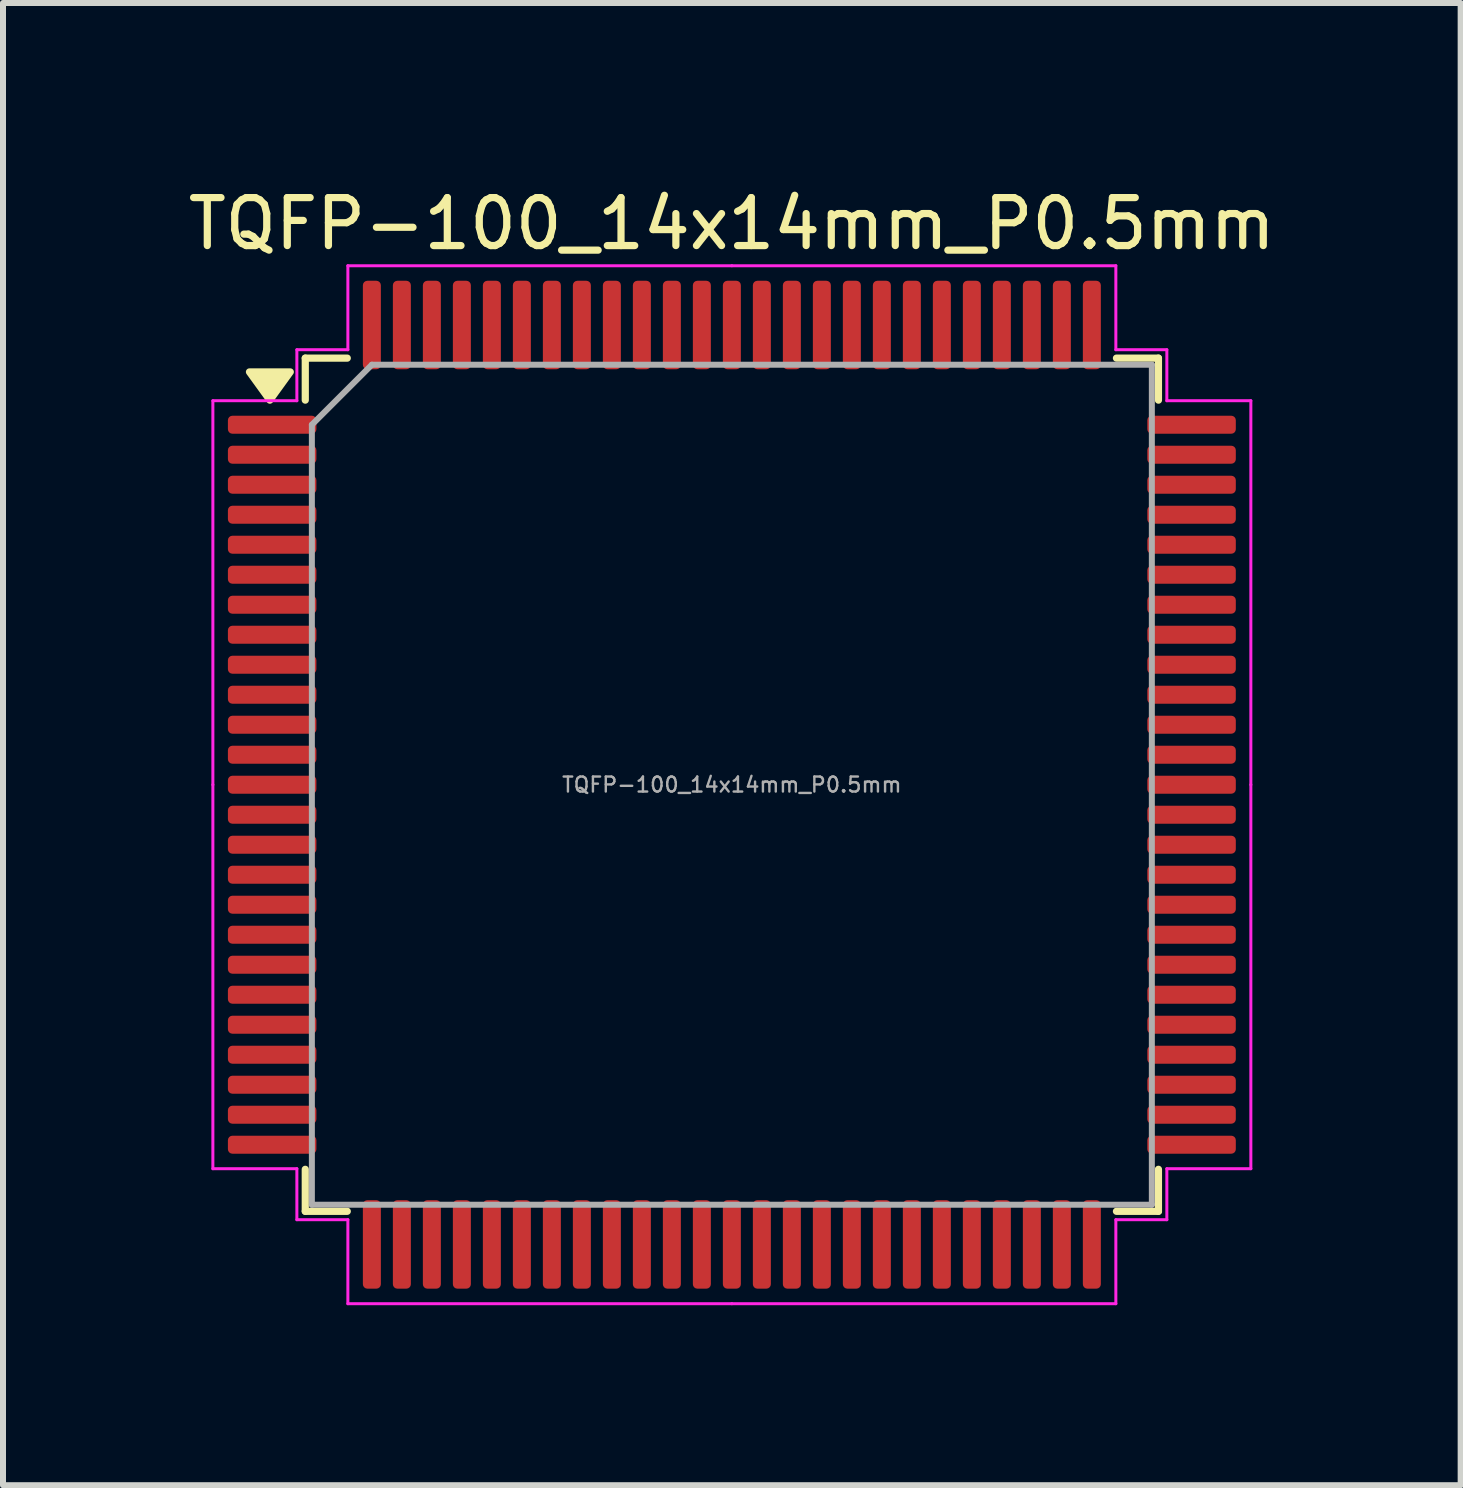
<source format=kicad_pcb>
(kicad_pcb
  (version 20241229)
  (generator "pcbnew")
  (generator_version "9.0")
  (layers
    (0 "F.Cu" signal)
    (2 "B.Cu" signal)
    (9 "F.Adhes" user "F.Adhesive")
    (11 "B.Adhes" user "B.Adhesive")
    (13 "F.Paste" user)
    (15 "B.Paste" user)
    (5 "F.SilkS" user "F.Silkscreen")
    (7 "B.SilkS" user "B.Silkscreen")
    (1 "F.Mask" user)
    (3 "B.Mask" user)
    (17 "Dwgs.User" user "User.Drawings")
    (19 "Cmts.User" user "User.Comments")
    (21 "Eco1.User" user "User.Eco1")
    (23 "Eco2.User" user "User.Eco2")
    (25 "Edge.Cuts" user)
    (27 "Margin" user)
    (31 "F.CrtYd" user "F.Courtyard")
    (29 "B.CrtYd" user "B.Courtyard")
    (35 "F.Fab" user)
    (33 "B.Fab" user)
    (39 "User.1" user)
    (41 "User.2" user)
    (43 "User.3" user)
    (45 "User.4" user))
  (footprint "TQFP-100_14x14mm_P0.5mm"
    (layer "F.Cu")
    (at 9.148 10.029)
    (property "Reference" "TQFP-100_14x14mm_P0.5mm" (at 0 -9.35 0) (layer "F.SilkS") (effects (font (size 0.8 0.8) (thickness 0.12))))
    (attr smd)
    (fp_line (start -7.11 -7.11) (end -7.11 -6.41) (stroke (width 0.12) (type solid)) (layer "F.SilkS"))
    (fp_line (start -7.11 7.11) (end -7.11 6.41) (stroke (width 0.12) (type solid)) (layer "F.SilkS"))
    (fp_line (start -6.41 -7.11) (end -7.11 -7.11) (stroke (width 0.12) (type solid)) (layer "F.SilkS"))
    (fp_line (start -6.41 7.11) (end -7.11 7.11) (stroke (width 0.12) (type solid)) (layer "F.SilkS"))
    (fp_line (start 6.41 -7.11) (end 7.11 -7.11) (stroke (width 0.12) (type solid)) (layer "F.SilkS"))
    (fp_line (start 6.41 7.11) (end 7.11 7.11) (stroke (width 0.12) (type solid)) (layer "F.SilkS"))
    (fp_line (start 7.11 -7.11) (end 7.11 -6.41) (stroke (width 0.12) (type solid)) (layer "F.SilkS"))
    (fp_line (start 7.11 7.11) (end 7.11 6.41) (stroke (width 0.12) (type solid)) (layer "F.SilkS"))
    (fp_poly (pts (xy -7.7 -6.41) (xy -8.04 -6.88) (xy -7.36 -6.88) (xy -7.7 -6.41)) (stroke (width 0.12) (type solid)) (fill yes) (layer "F.SilkS"))
    (fp_line (start -8.65 -6.4) (end -8.65 0) (stroke (width 0.05) (type solid)) (layer "F.CrtYd"))
    (fp_line (start -8.65 6.4) (end -8.65 0) (stroke (width 0.05) (type solid)) (layer "F.CrtYd"))
    (fp_line (start -7.25 -7.25) (end -7.25 -6.4) (stroke (width 0.05) (type solid)) (layer "F.CrtYd"))
    (fp_line (start -7.25 -6.4) (end -8.65 -6.4) (stroke (width 0.05) (type solid)) (layer "F.CrtYd"))
    (fp_line (start -7.25 6.4) (end -8.65 6.4) (stroke (width 0.05) (type solid)) (layer "F.CrtYd"))
    (fp_line (start -7.25 7.25) (end -7.25 6.4) (stroke (width 0.05) (type solid)) (layer "F.CrtYd"))
    (fp_line (start -6.4 -8.65) (end -6.4 -7.25) (stroke (width 0.05) (type solid)) (layer "F.CrtYd"))
    (fp_line (start -6.4 -7.25) (end -7.25 -7.25) (stroke (width 0.05) (type solid)) (layer "F.CrtYd"))
    (fp_line (start -6.4 7.25) (end -7.25 7.25) (stroke (width 0.05) (type solid)) (layer "F.CrtYd"))
    (fp_line (start -6.4 8.65) (end -6.4 7.25) (stroke (width 0.05) (type solid)) (layer "F.CrtYd"))
    (fp_line (start 0 -8.65) (end -6.4 -8.65) (stroke (width 0.05) (type solid)) (layer "F.CrtYd"))
    (fp_line (start 0 -8.65) (end 6.4 -8.65) (stroke (width 0.05) (type solid)) (layer "F.CrtYd"))
    (fp_line (start 0 8.65) (end -6.4 8.65) (stroke (width 0.05) (type solid)) (layer "F.CrtYd"))
    (fp_line (start 0 8.65) (end 6.4 8.65) (stroke (width 0.05) (type solid)) (layer "F.CrtYd"))
    (fp_line (start 6.4 -8.65) (end 6.4 -7.25) (stroke (width 0.05) (type solid)) (layer "F.CrtYd"))
    (fp_line (start 6.4 -7.25) (end 7.25 -7.25) (stroke (width 0.05) (type solid)) (layer "F.CrtYd"))
    (fp_line (start 6.4 7.25) (end 7.25 7.25) (stroke (width 0.05) (type solid)) (layer "F.CrtYd"))
    (fp_line (start 6.4 8.65) (end 6.4 7.25) (stroke (width 0.05) (type solid)) (layer "F.CrtYd"))
    (fp_line (start 7.25 -7.25) (end 7.25 -6.4) (stroke (width 0.05) (type solid)) (layer "F.CrtYd"))
    (fp_line (start 7.25 -6.4) (end 8.65 -6.4) (stroke (width 0.05) (type solid)) (layer "F.CrtYd"))
    (fp_line (start 7.25 6.4) (end 8.65 6.4) (stroke (width 0.05) (type solid)) (layer "F.CrtYd"))
    (fp_line (start 7.25 7.25) (end 7.25 6.4) (stroke (width 0.05) (type solid)) (layer "F.CrtYd"))
    (fp_line (start 8.65 -6.4) (end 8.65 0) (stroke (width 0.05) (type solid)) (layer "F.CrtYd"))
    (fp_line (start 8.65 6.4) (end 8.65 0) (stroke (width 0.05) (type solid)) (layer "F.CrtYd"))
    (fp_line (start -7 -6) (end -6 -7) (stroke (width 0.1) (type solid)) (layer "F.Fab"))
    (fp_line (start -7 7) (end -7 -6) (stroke (width 0.1) (type solid)) (layer "F.Fab"))
    (fp_line (start -6 -7) (end 7 -7) (stroke (width 0.1) (type solid)) (layer "F.Fab"))
    (fp_line (start 7 -7) (end 7 7) (stroke (width 0.1) (type solid)) (layer "F.Fab"))
    (fp_line (start 7 7) (end -7 7) (stroke (width 0.1) (type solid)) (layer "F.Fab"))
    (fp_text user "${REFERENCE}" (at 0 0 0) (layer "F.Fab") (effects (font (size 0.25 0.25) (thickness 0.04))))
    (pad "1" smd roundrect (at -7.662 -6) (size 1.475 0.3) (layers "F.Cu" "F.Mask" "F.Paste") (roundrect_rratio 0.25))
    (pad "2" smd roundrect (at -7.662 -5.5) (size 1.475 0.3) (layers "F.Cu" "F.Mask" "F.Paste") (roundrect_rratio 0.25))
    (pad "3" smd roundrect (at -7.662 -5) (size 1.475 0.3) (layers "F.Cu" "F.Mask" "F.Paste") (roundrect_rratio 0.25))
    (pad "4" smd roundrect (at -7.662 -4.5) (size 1.475 0.3) (layers "F.Cu" "F.Mask" "F.Paste") (roundrect_rratio 0.25))
    (pad "5" smd roundrect (at -7.662 -4) (size 1.475 0.3) (layers "F.Cu" "F.Mask" "F.Paste") (roundrect_rratio 0.25))
    (pad "6" smd roundrect (at -7.662 -3.5) (size 1.475 0.3) (layers "F.Cu" "F.Mask" "F.Paste") (roundrect_rratio 0.25))
    (pad "7" smd roundrect (at -7.662 -3) (size 1.475 0.3) (layers "F.Cu" "F.Mask" "F.Paste") (roundrect_rratio 0.25))
    (pad "8" smd roundrect (at -7.662 -2.5) (size 1.475 0.3) (layers "F.Cu" "F.Mask" "F.Paste") (roundrect_rratio 0.25))
    (pad "9" smd roundrect (at -7.662 -2) (size 1.475 0.3) (layers "F.Cu" "F.Mask" "F.Paste") (roundrect_rratio 0.25))
    (pad "10" smd roundrect (at -7.662 -1.5) (size 1.475 0.3) (layers "F.Cu" "F.Mask" "F.Paste") (roundrect_rratio 0.25))
    (pad "11" smd roundrect (at -7.662 -1) (size 1.475 0.3) (layers "F.Cu" "F.Mask" "F.Paste") (roundrect_rratio 0.25))
    (pad "12" smd roundrect (at -7.662 -0.5) (size 1.475 0.3) (layers "F.Cu" "F.Mask" "F.Paste") (roundrect_rratio 0.25))
    (pad "13" smd roundrect (at -7.662 0) (size 1.475 0.3) (layers "F.Cu" "F.Mask" "F.Paste") (roundrect_rratio 0.25))
    (pad "14" smd roundrect (at -7.662 0.5) (size 1.475 0.3) (layers "F.Cu" "F.Mask" "F.Paste") (roundrect_rratio 0.25))
    (pad "15" smd roundrect (at -7.662 1) (size 1.475 0.3) (layers "F.Cu" "F.Mask" "F.Paste") (roundrect_rratio 0.25))
    (pad "16" smd roundrect (at -7.662 1.5) (size 1.475 0.3) (layers "F.Cu" "F.Mask" "F.Paste") (roundrect_rratio 0.25))
    (pad "17" smd roundrect (at -7.662 2) (size 1.475 0.3) (layers "F.Cu" "F.Mask" "F.Paste") (roundrect_rratio 0.25))
    (pad "18" smd roundrect (at -7.662 2.5) (size 1.475 0.3) (layers "F.Cu" "F.Mask" "F.Paste") (roundrect_rratio 0.25))
    (pad "19" smd roundrect (at -7.662 3) (size 1.475 0.3) (layers "F.Cu" "F.Mask" "F.Paste") (roundrect_rratio 0.25))
    (pad "20" smd roundrect (at -7.662 3.5) (size 1.475 0.3) (layers "F.Cu" "F.Mask" "F.Paste") (roundrect_rratio 0.25))
    (pad "21" smd roundrect (at -7.662 4) (size 1.475 0.3) (layers "F.Cu" "F.Mask" "F.Paste") (roundrect_rratio 0.25))
    (pad "22" smd roundrect (at -7.662 4.5) (size 1.475 0.3) (layers "F.Cu" "F.Mask" "F.Paste") (roundrect_rratio 0.25))
    (pad "23" smd roundrect (at -7.662 5) (size 1.475 0.3) (layers "F.Cu" "F.Mask" "F.Paste") (roundrect_rratio 0.25))
    (pad "24" smd roundrect (at -7.662 5.5) (size 1.475 0.3) (layers "F.Cu" "F.Mask" "F.Paste") (roundrect_rratio 0.25))
    (pad "25" smd roundrect (at -7.662 6) (size 1.475 0.3) (layers "F.Cu" "F.Mask" "F.Paste") (roundrect_rratio 0.25))
    (pad "26" smd roundrect (at -6 7.662) (size 0.3 1.475) (layers "F.Cu" "F.Mask" "F.Paste") (roundrect_rratio 0.25))
    (pad "27" smd roundrect (at -5.5 7.662) (size 0.3 1.475) (layers "F.Cu" "F.Mask" "F.Paste") (roundrect_rratio 0.25))
    (pad "28" smd roundrect (at -5 7.662) (size 0.3 1.475) (layers "F.Cu" "F.Mask" "F.Paste") (roundrect_rratio 0.25))
    (pad "29" smd roundrect (at -4.5 7.662) (size 0.3 1.475) (layers "F.Cu" "F.Mask" "F.Paste") (roundrect_rratio 0.25))
    (pad "30" smd roundrect (at -4 7.662) (size 0.3 1.475) (layers "F.Cu" "F.Mask" "F.Paste") (roundrect_rratio 0.25))
    (pad "31" smd roundrect (at -3.5 7.662) (size 0.3 1.475) (layers "F.Cu" "F.Mask" "F.Paste") (roundrect_rratio 0.25))
    (pad "32" smd roundrect (at -3 7.662) (size 0.3 1.475) (layers "F.Cu" "F.Mask" "F.Paste") (roundrect_rratio 0.25))
    (pad "33" smd roundrect (at -2.5 7.662) (size 0.3 1.475) (layers "F.Cu" "F.Mask" "F.Paste") (roundrect_rratio 0.25))
    (pad "34" smd roundrect (at -2 7.662) (size 0.3 1.475) (layers "F.Cu" "F.Mask" "F.Paste") (roundrect_rratio 0.25))
    (pad "35" smd roundrect (at -1.5 7.662) (size 0.3 1.475) (layers "F.Cu" "F.Mask" "F.Paste") (roundrect_rratio 0.25))
    (pad "36" smd roundrect (at -1 7.662) (size 0.3 1.475) (layers "F.Cu" "F.Mask" "F.Paste") (roundrect_rratio 0.25))
    (pad "37" smd roundrect (at -0.5 7.662) (size 0.3 1.475) (layers "F.Cu" "F.Mask" "F.Paste") (roundrect_rratio 0.25))
    (pad "38" smd roundrect (at 0 7.662) (size 0.3 1.475) (layers "F.Cu" "F.Mask" "F.Paste") (roundrect_rratio 0.25))
    (pad "39" smd roundrect (at 0.5 7.662) (size 0.3 1.475) (layers "F.Cu" "F.Mask" "F.Paste") (roundrect_rratio 0.25))
    (pad "40" smd roundrect (at 1 7.662) (size 0.3 1.475) (layers "F.Cu" "F.Mask" "F.Paste") (roundrect_rratio 0.25))
    (pad "41" smd roundrect (at 1.5 7.662) (size 0.3 1.475) (layers "F.Cu" "F.Mask" "F.Paste") (roundrect_rratio 0.25))
    (pad "42" smd roundrect (at 2 7.662) (size 0.3 1.475) (layers "F.Cu" "F.Mask" "F.Paste") (roundrect_rratio 0.25))
    (pad "43" smd roundrect (at 2.5 7.662) (size 0.3 1.475) (layers "F.Cu" "F.Mask" "F.Paste") (roundrect_rratio 0.25))
    (pad "44" smd roundrect (at 3 7.662) (size 0.3 1.475) (layers "F.Cu" "F.Mask" "F.Paste") (roundrect_rratio 0.25))
    (pad "45" smd roundrect (at 3.5 7.662) (size 0.3 1.475) (layers "F.Cu" "F.Mask" "F.Paste") (roundrect_rratio 0.25))
    (pad "46" smd roundrect (at 4 7.662) (size 0.3 1.475) (layers "F.Cu" "F.Mask" "F.Paste") (roundrect_rratio 0.25))
    (pad "47" smd roundrect (at 4.5 7.662) (size 0.3 1.475) (layers "F.Cu" "F.Mask" "F.Paste") (roundrect_rratio 0.25))
    (pad "48" smd roundrect (at 5 7.662) (size 0.3 1.475) (layers "F.Cu" "F.Mask" "F.Paste") (roundrect_rratio 0.25))
    (pad "49" smd roundrect (at 5.5 7.662) (size 0.3 1.475) (layers "F.Cu" "F.Mask" "F.Paste") (roundrect_rratio 0.25))
    (pad "50" smd roundrect (at 6 7.662) (size 0.3 1.475) (layers "F.Cu" "F.Mask" "F.Paste") (roundrect_rratio 0.25))
    (pad "51" smd roundrect (at 7.662 6) (size 1.475 0.3) (layers "F.Cu" "F.Mask" "F.Paste") (roundrect_rratio 0.25))
    (pad "52" smd roundrect (at 7.662 5.5) (size 1.475 0.3) (layers "F.Cu" "F.Mask" "F.Paste") (roundrect_rratio 0.25))
    (pad "53" smd roundrect (at 7.662 5) (size 1.475 0.3) (layers "F.Cu" "F.Mask" "F.Paste") (roundrect_rratio 0.25))
    (pad "54" smd roundrect (at 7.662 4.5) (size 1.475 0.3) (layers "F.Cu" "F.Mask" "F.Paste") (roundrect_rratio 0.25))
    (pad "55" smd roundrect (at 7.662 4) (size 1.475 0.3) (layers "F.Cu" "F.Mask" "F.Paste") (roundrect_rratio 0.25))
    (pad "56" smd roundrect (at 7.662 3.5) (size 1.475 0.3) (layers "F.Cu" "F.Mask" "F.Paste") (roundrect_rratio 0.25))
    (pad "57" smd roundrect (at 7.662 3) (size 1.475 0.3) (layers "F.Cu" "F.Mask" "F.Paste") (roundrect_rratio 0.25))
    (pad "58" smd roundrect (at 7.662 2.5) (size 1.475 0.3) (layers "F.Cu" "F.Mask" "F.Paste") (roundrect_rratio 0.25))
    (pad "59" smd roundrect (at 7.662 2) (size 1.475 0.3) (layers "F.Cu" "F.Mask" "F.Paste") (roundrect_rratio 0.25))
    (pad "60" smd roundrect (at 7.662 1.5) (size 1.475 0.3) (layers "F.Cu" "F.Mask" "F.Paste") (roundrect_rratio 0.25))
    (pad "61" smd roundrect (at 7.662 1) (size 1.475 0.3) (layers "F.Cu" "F.Mask" "F.Paste") (roundrect_rratio 0.25))
    (pad "62" smd roundrect (at 7.662 0.5) (size 1.475 0.3) (layers "F.Cu" "F.Mask" "F.Paste") (roundrect_rratio 0.25))
    (pad "63" smd roundrect (at 7.662 0) (size 1.475 0.3) (layers "F.Cu" "F.Mask" "F.Paste") (roundrect_rratio 0.25))
    (pad "64" smd roundrect (at 7.662 -0.5) (size 1.475 0.3) (layers "F.Cu" "F.Mask" "F.Paste") (roundrect_rratio 0.25))
    (pad "65" smd roundrect (at 7.662 -1) (size 1.475 0.3) (layers "F.Cu" "F.Mask" "F.Paste") (roundrect_rratio 0.25))
    (pad "66" smd roundrect (at 7.662 -1.5) (size 1.475 0.3) (layers "F.Cu" "F.Mask" "F.Paste") (roundrect_rratio 0.25))
    (pad "67" smd roundrect (at 7.662 -2) (size 1.475 0.3) (layers "F.Cu" "F.Mask" "F.Paste") (roundrect_rratio 0.25))
    (pad "68" smd roundrect (at 7.662 -2.5) (size 1.475 0.3) (layers "F.Cu" "F.Mask" "F.Paste") (roundrect_rratio 0.25))
    (pad "69" smd roundrect (at 7.662 -3) (size 1.475 0.3) (layers "F.Cu" "F.Mask" "F.Paste") (roundrect_rratio 0.25))
    (pad "70" smd roundrect (at 7.662 -3.5) (size 1.475 0.3) (layers "F.Cu" "F.Mask" "F.Paste") (roundrect_rratio 0.25))
    (pad "71" smd roundrect (at 7.662 -4) (size 1.475 0.3) (layers "F.Cu" "F.Mask" "F.Paste") (roundrect_rratio 0.25))
    (pad "72" smd roundrect (at 7.662 -4.5) (size 1.475 0.3) (layers "F.Cu" "F.Mask" "F.Paste") (roundrect_rratio 0.25))
    (pad "73" smd roundrect (at 7.662 -5) (size 1.475 0.3) (layers "F.Cu" "F.Mask" "F.Paste") (roundrect_rratio 0.25))
    (pad "74" smd roundrect (at 7.662 -5.5) (size 1.475 0.3) (layers "F.Cu" "F.Mask" "F.Paste") (roundrect_rratio 0.25))
    (pad "75" smd roundrect (at 7.662 -6) (size 1.475 0.3) (layers "F.Cu" "F.Mask" "F.Paste") (roundrect_rratio 0.25))
    (pad "76" smd roundrect (at 6 -7.662) (size 0.3 1.475) (layers "F.Cu" "F.Mask" "F.Paste") (roundrect_rratio 0.25))
    (pad "77" smd roundrect (at 5.5 -7.662) (size 0.3 1.475) (layers "F.Cu" "F.Mask" "F.Paste") (roundrect_rratio 0.25))
    (pad "78" smd roundrect (at 5 -7.662) (size 0.3 1.475) (layers "F.Cu" "F.Mask" "F.Paste") (roundrect_rratio 0.25))
    (pad "79" smd roundrect (at 4.5 -7.662) (size 0.3 1.475) (layers "F.Cu" "F.Mask" "F.Paste") (roundrect_rratio 0.25))
    (pad "80" smd roundrect (at 4 -7.662) (size 0.3 1.475) (layers "F.Cu" "F.Mask" "F.Paste") (roundrect_rratio 0.25))
    (pad "81" smd roundrect (at 3.5 -7.662) (size 0.3 1.475) (layers "F.Cu" "F.Mask" "F.Paste") (roundrect_rratio 0.25))
    (pad "82" smd roundrect (at 3 -7.662) (size 0.3 1.475) (layers "F.Cu" "F.Mask" "F.Paste") (roundrect_rratio 0.25))
    (pad "83" smd roundrect (at 2.5 -7.662) (size 0.3 1.475) (layers "F.Cu" "F.Mask" "F.Paste") (roundrect_rratio 0.25))
    (pad "84" smd roundrect (at 2 -7.662) (size 0.3 1.475) (layers "F.Cu" "F.Mask" "F.Paste") (roundrect_rratio 0.25))
    (pad "85" smd roundrect (at 1.5 -7.662) (size 0.3 1.475) (layers "F.Cu" "F.Mask" "F.Paste") (roundrect_rratio 0.25))
    (pad "86" smd roundrect (at 1 -7.662) (size 0.3 1.475) (layers "F.Cu" "F.Mask" "F.Paste") (roundrect_rratio 0.25))
    (pad "87" smd roundrect (at 0.5 -7.662) (size 0.3 1.475) (layers "F.Cu" "F.Mask" "F.Paste") (roundrect_rratio 0.25))
    (pad "88" smd roundrect (at 0 -7.662) (size 0.3 1.475) (layers "F.Cu" "F.Mask" "F.Paste") (roundrect_rratio 0.25))
    (pad "89" smd roundrect (at -0.5 -7.662) (size 0.3 1.475) (layers "F.Cu" "F.Mask" "F.Paste") (roundrect_rratio 0.25))
    (pad "90" smd roundrect (at -1 -7.662) (size 0.3 1.475) (layers "F.Cu" "F.Mask" "F.Paste") (roundrect_rratio 0.25))
    (pad "91" smd roundrect (at -1.5 -7.662) (size 0.3 1.475) (layers "F.Cu" "F.Mask" "F.Paste") (roundrect_rratio 0.25))
    (pad "92" smd roundrect (at -2 -7.662) (size 0.3 1.475) (layers "F.Cu" "F.Mask" "F.Paste") (roundrect_rratio 0.25))
    (pad "93" smd roundrect (at -2.5 -7.662) (size 0.3 1.475) (layers "F.Cu" "F.Mask" "F.Paste") (roundrect_rratio 0.25))
    (pad "94" smd roundrect (at -3 -7.662) (size 0.3 1.475) (layers "F.Cu" "F.Mask" "F.Paste") (roundrect_rratio 0.25))
    (pad "95" smd roundrect (at -3.5 -7.662) (size 0.3 1.475) (layers "F.Cu" "F.Mask" "F.Paste") (roundrect_rratio 0.25))
    (pad "96" smd roundrect (at -4 -7.662) (size 0.3 1.475) (layers "F.Cu" "F.Mask" "F.Paste") (roundrect_rratio 0.25))
    (pad "97" smd roundrect (at -4.5 -7.662) (size 0.3 1.475) (layers "F.Cu" "F.Mask" "F.Paste") (roundrect_rratio 0.25))
    (pad "98" smd roundrect (at -5 -7.662) (size 0.3 1.475) (layers "F.Cu" "F.Mask" "F.Paste") (roundrect_rratio 0.25))
    (pad "99" smd roundrect (at -5.5 -7.662) (size 0.3 1.475) (layers "F.Cu" "F.Mask" "F.Paste") (roundrect_rratio 0.25))
    (pad "100" smd roundrect (at -6 -7.662) (size 0.3 1.475) (layers "F.Cu" "F.Mask" "F.Paste") (roundrect_rratio 0.25)))
  (gr_rect
    (start -3 -3)
    (end 21.295 21.704)
    (stroke (width 0.1) (type default))
    (fill no)
    (layer "Edge.Cuts")))
</source>
